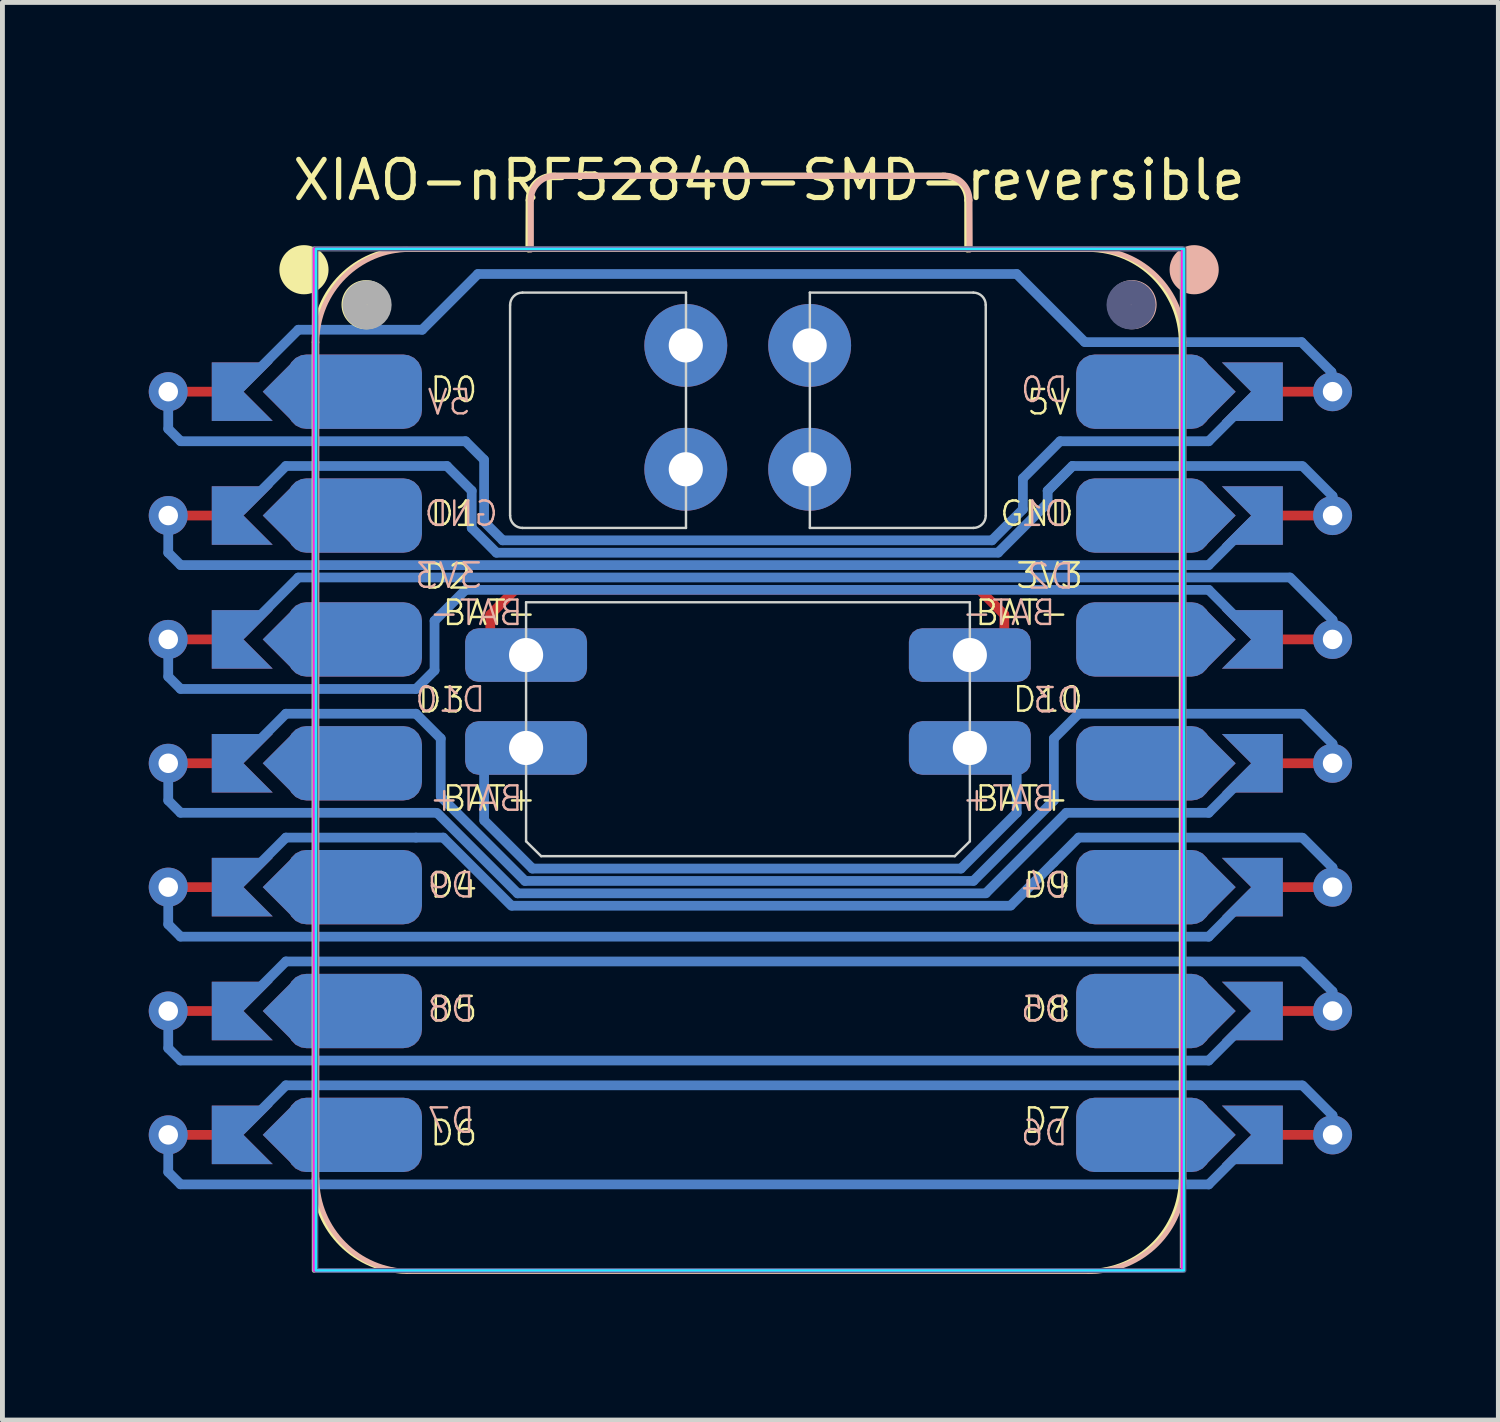
<source format=kicad_pcb>
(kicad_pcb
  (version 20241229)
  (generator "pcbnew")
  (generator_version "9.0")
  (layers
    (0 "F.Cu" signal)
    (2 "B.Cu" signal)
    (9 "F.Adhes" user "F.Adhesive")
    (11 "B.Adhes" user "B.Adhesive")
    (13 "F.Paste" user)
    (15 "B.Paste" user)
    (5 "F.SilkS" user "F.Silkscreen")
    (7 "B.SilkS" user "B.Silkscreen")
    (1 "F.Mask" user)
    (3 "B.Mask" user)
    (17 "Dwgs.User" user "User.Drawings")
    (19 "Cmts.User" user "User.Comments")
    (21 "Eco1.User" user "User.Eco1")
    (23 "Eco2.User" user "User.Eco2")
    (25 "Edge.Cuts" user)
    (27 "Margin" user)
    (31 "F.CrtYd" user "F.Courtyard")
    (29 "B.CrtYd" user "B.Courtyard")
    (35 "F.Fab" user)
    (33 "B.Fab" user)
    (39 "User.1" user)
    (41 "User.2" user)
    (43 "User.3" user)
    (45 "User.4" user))
  (footprint "XIAO-nRF52840-SMD-reversible"
    (layer "F.Cu")
    (at 12.288 12.602)
    (property "Reference" "XIAO-nRF52840-SMD-reversible" (at -9.395 -11.5 0) (layer "F.SilkS") (effects (font (size 0.782 0.782) (thickness 0.107)) (justify left bottom)))
    (fp_line (start -11.825 -7.62) (end -10.681 -7.62) (stroke (width 0.2) (type default)) (layer "F.Cu"))
    (fp_line (start -11.825 -5.08) (end -10.681 -5.08) (stroke (width 0.2) (type default)) (layer "F.Cu"))
    (fp_line (start -11.825 -2.54) (end -10.681 -2.54) (stroke (width 0.2) (type default)) (layer "F.Cu"))
    (fp_line (start -11.825 0) (end -10.681 0) (stroke (width 0.2) (type default)) (layer "F.Cu"))
    (fp_line (start -11.825 2.54) (end -10.681 2.54) (stroke (width 0.2) (type default)) (layer "F.Cu"))
    (fp_line (start -11.825 5.08) (end -10.681 5.08) (stroke (width 0.2) (type default)) (layer "F.Cu"))
    (fp_line (start -11.825 7.62) (end -10.681 7.62) (stroke (width 0.2) (type default)) (layer "F.Cu"))
    (fp_line (start -5.284 -3.048) (end -4.776 -3.556) (stroke (width 0.2) (type default)) (layer "F.Cu"))
    (fp_line (start -5.284 -2.667) (end -5.284 -3.048) (stroke (width 0.2) (type default)) (layer "F.Cu"))
    (fp_line (start 4.749 -3.556) (end -4.776 -3.556) (stroke (width 0.2) (type default)) (layer "F.Cu"))
    (fp_line (start 5.257 -3.048) (end 4.749 -3.556) (stroke (width 0.2) (type default)) (layer "F.Cu"))
    (fp_line (start 5.257 -2.54) (end 5.257 -3.048) (stroke (width 0.2) (type default)) (layer "F.Cu"))
    (fp_line (start 11.607 -7.62) (end 10.845 -7.62) (stroke (width 0.2) (type default)) (layer "F.Cu"))
    (fp_line (start 11.607 -5.08) (end 10.718 -5.08) (stroke (width 0.2) (type default)) (layer "F.Cu"))
    (fp_line (start 11.607 -2.54) (end 10.718 -2.54) (stroke (width 0.2) (type default)) (layer "F.Cu"))
    (fp_line (start 11.607 0) (end 10.718 0) (stroke (width 0.2) (type default)) (layer "F.Cu"))
    (fp_line (start 11.607 2.54) (end 10.718 2.54) (stroke (width 0.2) (type default)) (layer "F.Cu"))
    (fp_line (start 11.607 5.08) (end 10.718 5.08) (stroke (width 0.2) (type default)) (layer "F.Cu"))
    (fp_line (start 11.607 7.62) (end 10.718 7.62) (stroke (width 0.2) (type default)) (layer "F.Cu"))
    (fp_line (start -11.888 -7.62) (end -11.888 -6.858) (stroke (width 0.2) (type default)) (layer "B.Cu"))
    (fp_line (start -11.888 -6.858) (end -11.64 -6.61) (stroke (width 0.2) (type default)) (layer "B.Cu"))
    (fp_line (start -11.888 -5.08) (end -11.888 -4.318) (stroke (width 0.2) (type default)) (layer "B.Cu"))
    (fp_line (start -11.888 -4.318) (end -11.637 -4.067) (stroke (width 0.2) (type default)) (layer "B.Cu"))
    (fp_line (start -11.888 -2.54) (end -11.888 -1.778) (stroke (width 0.2) (type default)) (layer "B.Cu"))
    (fp_line (start -11.888 -1.778) (end -11.637 -1.527) (stroke (width 0.2) (type default)) (layer "B.Cu"))
    (fp_line (start -11.888 0) (end -11.888 0.762) (stroke (width 0.2) (type default)) (layer "B.Cu"))
    (fp_line (start -11.888 0.762) (end -11.637 1.013) (stroke (width 0.2) (type default)) (layer "B.Cu"))
    (fp_line (start -11.888 2.54) (end -11.888 3.302) (stroke (width 0.2) (type default)) (layer "B.Cu"))
    (fp_line (start -11.888 3.302) (end -11.637 3.553) (stroke (width 0.2) (type default)) (layer "B.Cu"))
    (fp_line (start -11.888 5.08) (end -11.888 5.842) (stroke (width 0.2) (type default)) (layer "B.Cu"))
    (fp_line (start -11.888 5.842) (end -11.637 6.093) (stroke (width 0.2) (type default)) (layer "B.Cu"))
    (fp_line (start -11.888 7.62) (end -11.888 8.382) (stroke (width 0.2) (type default)) (layer "B.Cu"))
    (fp_line (start -11.888 8.382) (end -11.637 8.633) (stroke (width 0.2) (type default)) (layer "B.Cu"))
    (fp_line (start -10.491 -7.62) (end -9.221 -8.89) (stroke (width 0.2) (type default)) (layer "B.Cu"))
    (fp_line (start -10.364 -5.207) (end -9.475 -6.096) (stroke (width 0.2) (type default)) (layer "B.Cu"))
    (fp_line (start -10.364 -2.667) (end -9.225 -3.806) (stroke (width 0.2) (type default)) (layer "B.Cu"))
    (fp_line (start -10.364 -0.127) (end -9.475 -1.016) (stroke (width 0.2) (type default)) (layer "B.Cu"))
    (fp_line (start -10.364 2.413) (end -9.475 1.524) (stroke (width 0.2) (type default)) (layer "B.Cu"))
    (fp_line (start -10.364 4.953) (end -9.475 4.064) (stroke (width 0.2) (type default)) (layer "B.Cu"))
    (fp_line (start -10.364 7.493) (end -9.475 6.604) (stroke (width 0.2) (type default)) (layer "B.Cu"))
    (fp_line (start -9.475 4.064) (end 11.353 4.064) (stroke (width 0.2) (type default)) (layer "B.Cu"))
    (fp_line (start -9.475 6.604) (end 11.353 6.604) (stroke (width 0.2) (type default)) (layer "B.Cu"))
    (fp_line (start -9.221 -8.89) (end -6.681 -8.89) (stroke (width 0.2) (type default)) (layer "B.Cu"))
    (fp_line (start -9.221 -3.81) (end 11.099 -3.81) (stroke (width 0.2) (type default)) (layer "B.Cu"))
    (fp_line (start -6.808 -1.524) (end -11.634 -1.524) (stroke (width 0.2) (type default)) (layer "B.Cu"))
    (fp_line (start -6.808 -1.016) (end -9.475 -1.016) (stroke (width 0.2) (type default)) (layer "B.Cu"))
    (fp_line (start -6.808 1.524) (end -9.475 1.524) (stroke (width 0.2) (type default)) (layer "B.Cu"))
    (fp_line (start -6.808 1.524) (end -6.248 1.524) (stroke (width 0.2) (type default)) (layer "B.Cu"))
    (fp_line (start -6.681 -8.89) (end -5.538 -10.033) (stroke (width 0.2) (type default)) (layer "B.Cu"))
    (fp_line (start -6.427 -2.921) (end -6.427 -1.905) (stroke (width 0.2) (type default)) (layer "B.Cu"))
    (fp_line (start -6.427 -2.921) (end -5.792 -3.556) (stroke (width 0.2) (type default)) (layer "B.Cu"))
    (fp_line (start -6.427 -1.905) (end -6.808 -1.524) (stroke (width 0.2) (type default)) (layer "B.Cu"))
    (fp_line (start -6.401 1.016) (end -11.634 1.016) (stroke (width 0.2) (type default)) (layer "B.Cu"))
    (fp_line (start -6.3 -0.508) (end -6.808 -1.016) (stroke (width 0.2) (type default)) (layer "B.Cu"))
    (fp_line (start -6.3 0.66) (end -6.3 -0.508) (stroke (width 0.2) (type default)) (layer "B.Cu"))
    (fp_line (start -6.173 -6.096) (end -9.475 -6.096) (stroke (width 0.2) (type default)) (layer "B.Cu"))
    (fp_line (start -5.792 -6.604) (end -11.634 -6.604) (stroke (width 0.2) (type default)) (layer "B.Cu"))
    (fp_line (start -5.792 -6.604) (end -5.415 -6.227) (stroke (width 0.2) (type default)) (layer "B.Cu"))
    (fp_line (start -5.792 -3.556) (end 9.448 -3.556) (stroke (width 0.2) (type default)) (layer "B.Cu"))
    (fp_line (start -5.665 -5.588) (end -6.173 -6.096) (stroke (width 0.2) (type default)) (layer "B.Cu"))
    (fp_line (start -5.665 -4.826) (end -5.665 -5.588) (stroke (width 0.2) (type default)) (layer "B.Cu"))
    (fp_line (start -5.538 -10.033) (end 5.511 -10.033) (stroke (width 0.2) (type default)) (layer "B.Cu"))
    (fp_line (start -5.411 -6.223) (end -5.411 -4.953) (stroke (width 0.2) (type default)) (layer "B.Cu"))
    (fp_line (start -5.411 1.168) (end -5.411 -0.356) (stroke (width 0.2) (type default)) (layer "B.Cu"))
    (fp_line (start -5.157 -4.318) (end -5.665 -4.826) (stroke (width 0.2) (type default)) (layer "B.Cu"))
    (fp_line (start -5.03 -4.572) (end -5.402 -4.944) (stroke (width 0.2) (type default)) (layer "B.Cu"))
    (fp_line (start -4.85 2.922) (end -6.248 1.524) (stroke (width 0.2) (type default)) (layer "B.Cu"))
    (fp_line (start -4.724 2.667) (end -6.373 1.018) (stroke (width 0.2) (type default)) (layer "B.Cu"))
    (fp_line (start -4.572 2.413) (end -6.3 0.685) (stroke (width 0.2) (type default)) (layer "B.Cu"))
    (fp_line (start -4.42 2.159) (end -5.404 1.175) (stroke (width 0.2) (type default)) (layer "B.Cu"))
    (fp_line (start 4.368 2.159) (end -4.42 2.159) (stroke (width 0.2) (type default)) (layer "B.Cu"))
    (fp_line (start 4.368 2.159) (end 5.511 1.016) (stroke (width 0.2) (type default)) (layer "B.Cu"))
    (fp_line (start 4.622 2.413) (end -4.572 2.413) (stroke (width 0.2) (type default)) (layer "B.Cu"))
    (fp_line (start 4.876 2.667) (end -4.724 2.667) (stroke (width 0.2) (type default)) (layer "B.Cu"))
    (fp_line (start 5.003 -4.572) (end -5.03 -4.572) (stroke (width 0.2) (type default)) (layer "B.Cu"))
    (fp_line (start 5.13 -4.318) (end -5.157 -4.318) (stroke (width 0.2) (type default)) (layer "B.Cu"))
    (fp_line (start 5.384 2.921) (end -4.826 2.921) (stroke (width 0.2) (type default)) (layer "B.Cu"))
    (fp_line (start 5.511 -10.033) (end 6.899 -8.645) (stroke (width 0.2) (type default)) (layer "B.Cu"))
    (fp_line (start 5.511 1.016) (end 5.511 -0.314) (stroke (width 0.2) (type default)) (layer "B.Cu"))
    (fp_line (start 5.638 -5.842) (end 5.638 -5.209) (stroke (width 0.2) (type default)) (layer "B.Cu"))
    (fp_line (start 5.64 -5.209) (end 5.003 -4.572) (stroke (width 0.2) (type default)) (layer "B.Cu"))
    (fp_line (start 6.142 -5.333) (end 5.133 -4.323) (stroke (width 0.2) (type default)) (layer "B.Cu"))
    (fp_line (start 6.146 -5.588) (end 6.146 -5.334) (stroke (width 0.2) (type default)) (layer "B.Cu"))
    (fp_line (start 6.146 -5.588) (end 6.654 -6.096) (stroke (width 0.2) (type default)) (layer "B.Cu"))
    (fp_line (start 6.273 -0.508) (end 6.273 0.762) (stroke (width 0.2) (type default)) (layer "B.Cu"))
    (fp_line (start 6.273 -0.508) (end 6.781 -1.016) (stroke (width 0.2) (type default)) (layer "B.Cu"))
    (fp_line (start 6.273 0.762) (end 4.625 2.41) (stroke (width 0.2) (type default)) (layer "B.Cu"))
    (fp_line (start 6.273 2.032) (end 5.394 2.911) (stroke (width 0.2) (type default)) (layer "B.Cu"))
    (fp_line (start 6.273 2.032) (end 6.781 1.524) (stroke (width 0.2) (type default)) (layer "B.Cu"))
    (fp_line (start 6.4 -6.604) (end 5.638 -5.842) (stroke (width 0.2) (type default)) (layer "B.Cu"))
    (fp_line (start 6.527 1.016) (end 4.883 2.66) (stroke (width 0.2) (type default)) (layer "B.Cu"))
    (fp_line (start 6.654 -6.096) (end 6.146 -5.588) (stroke (width 0.2) (type default)) (layer "B.Cu"))
    (fp_line (start 6.654 -6.096) (end 11.353 -6.096) (stroke (width 0.2) (type default)) (layer "B.Cu"))
    (fp_line (start 6.781 -1.016) (end 11.353 -1.016) (stroke (width 0.2) (type default)) (layer "B.Cu"))
    (fp_line (start 6.781 1.524) (end 11.353 1.524) (stroke (width 0.2) (type default)) (layer "B.Cu"))
    (fp_line (start 9.448 -6.604) (end 6.4 -6.604) (stroke (width 0.2) (type default)) (layer "B.Cu"))
    (fp_line (start 9.448 -4.064) (end -11.634 -4.064) (stroke (width 0.2) (type default)) (layer "B.Cu"))
    (fp_line (start 9.448 1.016) (end 6.527 1.016) (stroke (width 0.2) (type default)) (layer "B.Cu"))
    (fp_line (start 9.448 3.556) (end -11.634 3.556) (stroke (width 0.2) (type default)) (layer "B.Cu"))
    (fp_line (start 9.448 6.096) (end -11.634 6.096) (stroke (width 0.2) (type default)) (layer "B.Cu"))
    (fp_line (start 9.448 8.636) (end -11.634 8.636) (stroke (width 0.2) (type default)) (layer "B.Cu"))
    (fp_line (start 10.337 -4.953) (end 9.448 -4.064) (stroke (width 0.2) (type default)) (layer "B.Cu"))
    (fp_line (start 10.337 0.127) (end 9.448 1.016) (stroke (width 0.2) (type default)) (layer "B.Cu"))
    (fp_line (start 10.337 2.667) (end 9.448 3.556) (stroke (width 0.2) (type default)) (layer "B.Cu"))
    (fp_line (start 10.337 5.207) (end 9.448 6.096) (stroke (width 0.2) (type default)) (layer "B.Cu"))
    (fp_line (start 10.337 7.747) (end 9.448 8.636) (stroke (width 0.2) (type default)) (layer "B.Cu"))
    (fp_line (start 10.464 -7.62) (end 9.448 -6.604) (stroke (width 0.2) (type default)) (layer "B.Cu"))
    (fp_line (start 10.464 -2.54) (end 9.448 -3.556) (stroke (width 0.2) (type default)) (layer "B.Cu"))
    (fp_line (start 11.353 -8.636) (end 6.908 -8.636) (stroke (width 0.2) (type default)) (layer "B.Cu"))
    (fp_line (start 11.966 -8.023) (end 11.353 -8.636) (stroke (width 0.2) (type default)) (layer "B.Cu"))
    (fp_line (start 11.966 -8.001) (end 11.966 -8.023) (stroke (width 0.2) (type default)) (layer "B.Cu"))
    (fp_line (start 11.988 -5.48) (end 11.375 -6.093) (stroke (width 0.2) (type default)) (layer "B.Cu"))
    (fp_line (start 11.988 -5.08) (end 11.988 -5.48) (stroke (width 0.2) (type default)) (layer "B.Cu"))
    (fp_line (start 11.988 -2.94) (end 11.118 -3.81) (stroke (width 0.2) (type default)) (layer "B.Cu"))
    (fp_line (start 11.988 -2.54) (end 11.988 -2.94) (stroke (width 0.2) (type default)) (layer "B.Cu"))
    (fp_line (start 11.988 -0.4) (end 11.375 -1.013) (stroke (width 0.2) (type default)) (layer "B.Cu"))
    (fp_line (start 11.988 -0.4) (end 11.988 0) (stroke (width 0.2) (type default)) (layer "B.Cu"))
    (fp_line (start 11.988 2.14) (end 11.375 1.527) (stroke (width 0.2) (type default)) (layer "B.Cu"))
    (fp_line (start 11.988 2.159) (end 11.988 2.14) (stroke (width 0.2) (type default)) (layer "B.Cu"))
    (fp_line (start 11.988 4.68) (end 11.375 4.067) (stroke (width 0.2) (type default)) (layer "B.Cu"))
    (fp_line (start 11.988 4.699) (end 11.988 4.68) (stroke (width 0.2) (type default)) (layer "B.Cu"))
    (fp_line (start 11.988 7.22) (end 11.375 6.607) (stroke (width 0.2) (type default)) (layer "B.Cu"))
    (fp_line (start 11.988 7.239) (end 11.988 7.22) (stroke (width 0.2) (type default)) (layer "B.Cu"))
    (fp_line (start -8.895 8.513) (end -8.895 -8.632) (stroke (width 0.1) (type solid)) (layer "F.SilkS"))
    (fp_line (start -6.99 10.418) (end 6.98 10.418) (stroke (width 0.1) (type solid)) (layer "F.SilkS"))
    (fp_line (start -4.5 -10.537) (end -4.496 -11.547) (stroke (width 0.127) (type solid)) (layer "F.SilkS"))
    (fp_line (start -3.996 -12.047) (end 3.999 -12.047) (stroke (width 0.127) (type solid)) (layer "F.SilkS"))
    (fp_line (start 4.499 -11.547) (end 4.499 -10.537) (stroke (width 0.127) (type solid)) (layer "F.SilkS"))
    (fp_line (start 6.98 -10.537) (end -6.99 -10.537) (stroke (width 0.1) (type solid)) (layer "F.SilkS"))
    (fp_line (start 8.885 8.513) (end 8.885 -8.632) (stroke (width 0.1) (type solid)) (layer "F.SilkS"))
    (fp_arc (start -8.895 -8.636) (mid -8.337038 -9.983038) (end -6.99 -10.541) (stroke (width 0.1) (type solid)) (layer "F.SilkS"))
    (fp_arc (start -6.99 10.418) (mid -8.337038 9.860038) (end -8.895 8.513) (stroke (width 0.1) (type solid)) (layer "F.SilkS"))
    (fp_arc (start -4.496272 -11.547272) (mid -4.349724 -11.900644) (end -3.996272 -12.047) (stroke (width 0.127) (type default)) (layer "F.SilkS"))
    (fp_arc (start 3.999 -12.047) (mid 4.352524 -11.900524) (end 4.499 -11.547) (stroke (width 0.127) (type default)) (layer "F.SilkS"))
    (fp_arc (start 6.98 -10.537) (mid 8.327024 -9.979024) (end 8.885 -8.632) (stroke (width 0.1) (type solid)) (layer "F.SilkS"))
    (fp_arc (start 8.885 8.513) (mid 8.327038 9.860038) (end 6.98 10.418) (stroke (width 0.1) (type solid)) (layer "F.SilkS"))
    (fp_circle (center -9.105 -10.121) (end -9.105 -10.375) (stroke (width 0.5) (type solid)) (fill yes) (layer "F.SilkS"))
    (fp_circle (center -7.831 -9.404) (end -7.831 -9.658) (stroke (width 0.5) (type solid)) (fill yes) (layer "F.SilkS"))
    (fp_line (start -8.84 8.513) (end -8.84 -8.632) (stroke (width 0.1) (type solid)) (layer "B.SilkS"))
    (fp_line (start -6.935 -10.537) (end 7.035 -10.537) (stroke (width 0.1) (type solid)) (layer "B.SilkS"))
    (fp_line (start -4.454 -11.547) (end -4.454 -10.537) (stroke (width 0.127) (type solid)) (layer "B.SilkS"))
    (fp_line (start 4.041 -12.047) (end -3.954 -12.047) (stroke (width 0.127) (type solid)) (layer "B.SilkS"))
    (fp_line (start 4.545 -10.537) (end 4.541 -11.547) (stroke (width 0.127) (type solid)) (layer "B.SilkS"))
    (fp_line (start 7.035 10.418) (end -6.935 10.418) (stroke (width 0.1) (type solid)) (layer "B.SilkS"))
    (fp_line (start 8.94 8.513) (end 8.94 -8.632) (stroke (width 0.1) (type solid)) (layer "B.SilkS"))
    (fp_arc (start -8.84 -8.632) (mid -8.282024 -9.979024) (end -6.935 -10.537) (stroke (width 0.1) (type solid)) (layer "B.SilkS"))
    (fp_arc (start -6.935 10.418) (mid -8.282038 9.860038) (end -8.84 8.513) (stroke (width 0.1) (type solid)) (layer "B.SilkS"))
    (fp_arc (start -4.454 -11.547) (mid -4.307524 -11.900524) (end -3.954 -12.047) (stroke (width 0.127) (type default)) (layer "B.SilkS"))
    (fp_arc (start 4.041272 -12.047) (mid 4.394722 -11.900643) (end 4.541272 -11.547272) (stroke (width 0.127) (type default)) (layer "B.SilkS"))
    (fp_arc (start 7.035 -10.541) (mid 8.382038 -9.983038) (end 8.94 -8.636) (stroke (width 0.1) (type solid)) (layer "B.SilkS"))
    (fp_arc (start 8.94 8.513) (mid 8.382038 9.860038) (end 7.035 10.418) (stroke (width 0.1) (type solid)) (layer "B.SilkS"))
    (fp_circle (center 7.876 -9.404) (end 7.876 -9.658) (stroke (width 0.5) (type solid)) (fill yes) (layer "B.SilkS"))
    (fp_circle (center 9.15 -10.121) (end 9.15 -10.375) (stroke (width 0.5) (type solid)) (fill yes) (layer "B.SilkS"))
    (fp_line (start -4.878 -9.398) (end -4.878 -5.08) (stroke (width 0.05) (type default)) (layer "Edge.Cuts"))
    (fp_line (start -4.55 -3.302) (end -4.55 1.6) (stroke (width 0.05) (type default)) (layer "Edge.Cuts"))
    (fp_line (start -4.241 1.905) (end -4.55 1.6) (stroke (width 0.05) (type default)) (layer "Edge.Cuts"))
    (fp_line (start -4.241 1.905) (end 4.241 1.905) (stroke (width 0.05) (type default)) (layer "Edge.Cuts"))
    (fp_line (start -1.271 -9.652) (end -4.624 -9.652) (stroke (width 0.05) (type default)) (layer "Edge.Cuts"))
    (fp_line (start -1.271 -9.652) (end -1.271 -4.826) (stroke (width 0.05) (type default)) (layer "Edge.Cuts"))
    (fp_line (start -1.271 -4.826) (end -4.624 -4.826) (stroke (width 0.05) (type default)) (layer "Edge.Cuts"))
    (fp_line (start 1.269 -9.652) (end 1.269 -4.826) (stroke (width 0.05) (type default)) (layer "Edge.Cuts"))
    (fp_line (start 1.269 -9.652) (end 4.622 -9.652) (stroke (width 0.05) (type default)) (layer "Edge.Cuts"))
    (fp_line (start 1.269 -4.826) (end 4.622 -4.826) (stroke (width 0.05) (type default)) (layer "Edge.Cuts"))
    (fp_line (start 4.241 1.905) (end 4.55 1.6) (stroke (width 0.05) (type default)) (layer "Edge.Cuts"))
    (fp_line (start 4.55 -3.302) (end -4.55 -3.302) (stroke (width 0.05) (type default)) (layer "Edge.Cuts"))
    (fp_line (start 4.55 -3.302) (end 4.55 1.6) (stroke (width 0.05) (type default)) (layer "Edge.Cuts"))
    (fp_line (start 4.876 -9.398) (end 4.876 -5.08) (stroke (width 0.05) (type default)) (layer "Edge.Cuts"))
    (fp_arc (start -4.8776 -9.398) (mid -4.803205 -9.577605) (end -4.6236 -9.652) (stroke (width 0.05) (type default)) (layer "Edge.Cuts"))
    (fp_arc (start -4.6236 -4.826) (mid -4.803205 -4.900395) (end -4.8776 -5.08) (stroke (width 0.05) (type default)) (layer "Edge.Cuts"))
    (fp_arc (start 4.622 -9.652) (mid 4.801605 -9.577605) (end 4.876 -9.398) (stroke (width 0.05) (type default)) (layer "Edge.Cuts"))
    (fp_arc (start 4.876 -5.08) (mid 4.801605 -4.900395) (end 4.622 -4.826) (stroke (width 0.05) (type default)) (layer "Edge.Cuts"))
    (fp_rect (start -8.86 -10.55) (end 8.94 10.4) (stroke (width 0.05) (type default)) (fill no) (layer "B.CrtYd"))
    (fp_rect (start -8.895 -10.55) (end 8.905 10.4) (stroke (width 0.05) (type default)) (fill no) (layer "F.CrtYd"))
    (fp_rect (start -8.86 -10.55) (end 8.94 10.4) (stroke (width 0.1) (type default)) (fill no) (layer "B.Fab"))
    (fp_circle (center 7.856 -9.4) (end 7.856 -9.654) (stroke (width 0.5) (type solid)) (fill no) (layer "B.Fab"))
    (fp_rect (start -8.895 -10.55) (end 8.905 10.4) (stroke (width 0.1) (type default)) (fill no) (layer "F.Fab"))
    (fp_circle (center -7.811 -9.4) (end -7.811 -9.654) (stroke (width 0.5) (type solid)) (fill no) (layer "F.Fab"))
    (fp_text user "D3" (at -6.808 -1 0) (unlocked yes) (layer "F.SilkS") (effects (font (size 0.5 0.5) (thickness 0.05)) (justify left bottom)))
    (fp_text user "5V" (at 6.654 -7.112 0) (unlocked yes) (layer "F.SilkS") (effects (font (size 0.5 0.5) (thickness 0.05)) (justify right bottom)))
    (fp_text user "D6" (at -6.554 7.874 0) (unlocked yes) (layer "F.SilkS") (effects (font (size 0.5 0.5) (thickness 0.05)) (justify left bottom)))
    (fp_text user "D2" (at -6.685 -3.54 0) (unlocked yes) (layer "F.SilkS") (effects (font (size 0.5 0.5) (thickness 0.05)) (justify left bottom)))
    (fp_text user "D9" (at 6.654 2.794 0) (unlocked yes) (layer "F.SilkS") (effects (font (size 0.5 0.5) (thickness 0.05)) (justify right bottom)))
    (fp_text user "D7" (at 6.654 7.62 0) (unlocked yes) (layer "F.SilkS") (effects (font (size 0.5 0.5) (thickness 0.05)) (justify right bottom)))
    (fp_text user "D0" (at -6.554 -7.366 0) (unlocked yes) (layer "F.SilkS") (effects (font (size 0.5 0.5) (thickness 0.05)) (justify left bottom)))
    (fp_text user "BAT-" (at 4.622 -2.794 0) (unlocked yes) (layer "F.SilkS") (effects (font (size 0.5 0.5) (thickness 0.05)) (justify left bottom)))
    (fp_text user "BAT+" (at 4.622 1.016 0) (unlocked yes) (layer "F.SilkS") (effects (font (size 0.5 0.5) (thickness 0.05)) (justify left bottom)))
    (fp_text user "D8" (at 6.654 5.334 0) (unlocked yes) (layer "F.SilkS") (effects (font (size 0.5 0.5) (thickness 0.05)) (justify right bottom)))
    (fp_text user "D1" (at -6.554 -4.826 0) (unlocked yes) (layer "F.SilkS") (effects (font (size 0.5 0.5) (thickness 0.05)) (justify left bottom)))
    (fp_text user "D5" (at -6.554 5.334 0) (unlocked yes) (layer "F.SilkS") (effects (font (size 0.5 0.5) (thickness 0.05)) (justify left bottom)))
    (fp_text user "D4" (at -6.554 2.794 0) (unlocked yes) (layer "F.SilkS") (effects (font (size 0.5 0.5) (thickness 0.05)) (justify left bottom)))
    (fp_text user "BAT+" (at -6.3 1.016 0) (unlocked yes) (layer "F.SilkS") (effects (font (size 0.5 0.5) (thickness 0.05)) (justify left bottom)))
    (fp_text user "GND" (at 5.13 -4.826 0) (unlocked yes) (layer "F.SilkS") (effects (font (size 0.5 0.5) (thickness 0.05)) (justify left bottom)))
    (fp_text user "BAT-" (at -6.3 -2.794 0) (unlocked yes) (layer "F.SilkS") (effects (font (size 0.5 0.5) (thickness 0.05)) (justify left bottom)))
    (fp_text user "D10" (at 6.908 -1.016 0) (unlocked yes) (layer "F.SilkS") (effects (font (size 0.5 0.5) (thickness 0.05)) (justify right bottom)))
    (fp_text user "3V3" (at 6.908 -3.556 0) (unlocked yes) (layer "F.SilkS") (effects (font (size 0.5 0.5) (thickness 0.05)) (justify right bottom)))
    (fp_text user "3V3" (at -6.863 -3.556 0) (unlocked yes) (layer "B.SilkS") (effects (font (size 0.5 0.5) (thickness 0.05)) (justify right bottom mirror)))
    (fp_text user "D9" (at -6.609 2.794 0) (unlocked yes) (layer "B.SilkS") (effects (font (size 0.5 0.5) (thickness 0.05)) (justify right bottom mirror)))
    (fp_text user "D1" (at 6.599 -4.826 0) (unlocked yes) (layer "B.SilkS") (effects (font (size 0.5 0.5) (thickness 0.05)) (justify left bottom mirror)))
    (fp_text user "GND" (at -5.085 -4.826 0) (unlocked yes) (layer "B.SilkS") (effects (font (size 0.5 0.5) (thickness 0.05)) (justify left bottom mirror)))
    (fp_text user "BAT-" (at -4.577 -2.794 0) (unlocked yes) (layer "B.SilkS") (effects (font (size 0.5 0.5) (thickness 0.05)) (justify left bottom mirror)))
    (fp_text user "D7" (at -6.609 7.62 0) (unlocked yes) (layer "B.SilkS") (effects (font (size 0.5 0.5) (thickness 0.05)) (justify right bottom mirror)))
    (fp_text user "BAT+" (at 6.345 1.016 0) (unlocked yes) (layer "B.SilkS") (effects (font (size 0.5 0.5) (thickness 0.05)) (justify left bottom mirror)))
    (fp_text user "D5" (at 6.599 5.334 0) (unlocked yes) (layer "B.SilkS") (effects (font (size 0.5 0.5) (thickness 0.05)) (justify left bottom mirror)))
    (fp_text user "D4" (at 6.599 2.794 0) (unlocked yes) (layer "B.SilkS") (effects (font (size 0.5 0.5) (thickness 0.05)) (justify left bottom mirror)))
    (fp_text user "5V" (at -6.609 -7.112 0) (unlocked yes) (layer "B.SilkS") (effects (font (size 0.5 0.5) (thickness 0.05)) (justify right bottom mirror)))
    (fp_text user "D10" (at -6.863 -1.016 0) (unlocked yes) (layer "B.SilkS") (effects (font (size 0.5 0.5) (thickness 0.05)) (justify right bottom mirror)))
    (fp_text user "D2" (at 6.73 -3.54 0) (unlocked yes) (layer "B.SilkS") (effects (font (size 0.5 0.5) (thickness 0.05)) (justify left bottom mirror)))
    (fp_text user "D8" (at -6.609 5.334 0) (unlocked yes) (layer "B.SilkS") (effects (font (size 0.5 0.5) (thickness 0.05)) (justify right bottom mirror)))
    (fp_text user "BAT+" (at -4.577 1.016 0) (unlocked yes) (layer "B.SilkS") (effects (font (size 0.5 0.5) (thickness 0.05)) (justify left bottom mirror)))
    (fp_text user "D0" (at 6.599 -7.366 0) (unlocked yes) (layer "B.SilkS") (effects (font (size 0.5 0.5) (thickness 0.05)) (justify left bottom mirror)))
    (fp_text user "D3" (at 6.853 -1 0) (unlocked yes) (layer "B.SilkS") (effects (font (size 0.5 0.5) (thickness 0.05)) (justify left bottom mirror)))
    (fp_text user "BAT-" (at 6.345 -2.794 0) (unlocked yes) (layer "B.SilkS") (effects (font (size 0.5 0.5) (thickness 0.05)) (justify left bottom mirror)))
    (fp_text user "D6" (at 6.599 7.874 0) (unlocked yes) (layer "B.SilkS") (effects (font (size 0.5 0.5) (thickness 0.05)) (justify left bottom mirror)))
    (pad "" smd custom (at -9.55 -7.62 270) (size 0.1 0.1) (layers "F.Cu" "F.Mask" "F.Paste") (options (anchor rect)) (primitives (gr_poly (pts (xy -0.6 -0.4) (xy 0.6 -0.4) (xy 0.6 -0.2) (xy 0 0.4) (xy -0.6 -0.2)) (width 0) (fill yes))))
    (pad "" smd custom (at -9.55 -7.62 270) (size 0.1 0.1) (layers "B.Cu" "B.Mask" "B.Paste") (options (anchor rect)) (primitives (gr_poly (pts (xy -0.6 -0.4) (xy 0.6 -0.4) (xy 0.6 -0.2) (xy 0 0.4) (xy -0.6 -0.2)) (width 0) (fill yes))))
    (pad "" smd custom (at -9.55 -5.08 270) (size 0.1 0.1) (layers "F.Cu" "F.Mask" "F.Paste") (options (anchor rect)) (primitives (gr_poly (pts (xy -0.6 -0.4) (xy 0.6 -0.4) (xy 0.6 -0.2) (xy 0 0.4) (xy -0.6 -0.2)) (width 0) (fill yes))))
    (pad "" smd custom (at -9.55 -5.08 270) (size 0.1 0.1) (layers "B.Cu" "B.Mask" "B.Paste") (options (anchor rect)) (primitives (gr_poly (pts (xy -0.6 -0.4) (xy 0.6 -0.4) (xy 0.6 -0.2) (xy 0 0.4) (xy -0.6 -0.2)) (width 0) (fill yes))))
    (pad "" smd custom (at -9.55 -2.54 270) (size 0.1 0.1) (layers "F.Cu" "F.Mask" "F.Paste") (options (anchor rect)) (primitives (gr_poly (pts (xy -0.6 -0.4) (xy 0.6 -0.4) (xy 0.6 -0.2) (xy 0 0.4) (xy -0.6 -0.2)) (width 0) (fill yes))))
    (pad "" smd custom (at -9.55 -2.54 270) (size 0.1 0.1) (layers "B.Cu" "B.Mask" "B.Paste") (options (anchor rect)) (primitives (gr_poly (pts (xy -0.6 -0.4) (xy 0.6 -0.4) (xy 0.6 -0.2) (xy 0 0.4) (xy -0.6 -0.2)) (width 0) (fill yes))))
    (pad "" smd custom (at -9.55 0 270) (size 0.1 0.1) (layers "F.Cu" "F.Mask" "F.Paste") (options (anchor rect)) (primitives (gr_poly (pts (xy -0.6 -0.4) (xy 0.6 -0.4) (xy 0.6 -0.2) (xy 0 0.4) (xy -0.6 -0.2)) (width 0) (fill yes))))
    (pad "" smd custom (at -9.55 0 270) (size 0.1 0.1) (layers "B.Cu" "B.Mask" "B.Paste") (options (anchor rect)) (primitives (gr_poly (pts (xy -0.6 -0.4) (xy 0.6 -0.4) (xy 0.6 -0.2) (xy 0 0.4) (xy -0.6 -0.2)) (width 0) (fill yes))))
    (pad "" smd custom (at -9.55 2.54 270) (size 0.1 0.1) (layers "F.Cu" "F.Mask" "F.Paste") (options (anchor rect)) (primitives (gr_poly (pts (xy -0.6 -0.4) (xy 0.6 -0.4) (xy 0.6 -0.2) (xy 0 0.4) (xy -0.6 -0.2)) (width 0) (fill yes))))
    (pad "" smd custom (at -9.55 2.54 270) (size 0.1 0.1) (layers "B.Cu" "B.Mask" "B.Paste") (options (anchor rect)) (primitives (gr_poly (pts (xy -0.6 -0.4) (xy 0.6 -0.4) (xy 0.6 -0.2) (xy 0 0.4) (xy -0.6 -0.2)) (width 0) (fill yes))))
    (pad "" smd custom (at -9.55 5.08 270) (size 0.1 0.1) (layers "F.Cu" "F.Mask" "F.Paste") (options (anchor rect)) (primitives (gr_poly (pts (xy -0.6 -0.4) (xy 0.6 -0.4) (xy 0.6 -0.2) (xy 0 0.4) (xy -0.6 -0.2)) (width 0) (fill yes))))
    (pad "" smd custom (at -9.55 5.08 270) (size 0.1 0.1) (layers "B.Cu" "B.Mask" "B.Paste") (options (anchor rect)) (primitives (gr_poly (pts (xy -0.6 -0.4) (xy 0.6 -0.4) (xy 0.6 -0.2) (xy 0 0.4) (xy -0.6 -0.2)) (width 0) (fill yes))))
    (pad "" smd custom (at -9.55 7.62 270) (size 0.1 0.1) (layers "F.Cu" "F.Mask" "F.Paste") (options (anchor rect)) (primitives (gr_poly (pts (xy -0.6 -0.4) (xy 0.6 -0.4) (xy 0.6 -0.2) (xy 0 0.4) (xy -0.6 -0.2)) (width 0) (fill yes))))
    (pad "" smd custom (at -9.55 7.62 270) (size 0.1 0.1) (layers "B.Cu" "B.Mask" "B.Paste") (options (anchor rect)) (primitives (gr_poly (pts (xy -0.6 -0.4) (xy 0.6 -0.4) (xy 0.6 -0.2) (xy 0 0.4) (xy -0.6 -0.2)) (width 0) (fill yes))))
    (pad "" smd roundrect (at -8.06 -7.62) (size 2.75 1.524) (layers "F.Cu" "F.Mask" "F.Paste") (roundrect_rratio 0.25))
    (pad "" smd roundrect (at -8.06 -5.08) (size 2.75 1.524) (layers "B.Cu" "B.Mask" "B.Paste") (roundrect_rratio 0.25))
    (pad "" smd roundrect (at -8.06 -2.54) (size 2.75 1.524) (layers "F.Cu" "F.Mask" "F.Paste") (roundrect_rratio 0.25))
    (pad "" smd roundrect (at -8.06 -2.54) (size 2.75 1.524) (layers "B.Cu" "B.Mask" "B.Paste") (roundrect_rratio 0.25))
    (pad "" smd roundrect (at -8.06 0) (size 2.75 1.524) (layers "F.Cu" "F.Mask" "F.Paste") (roundrect_rratio 0.25))
    (pad "" smd roundrect (at -8.06 0) (size 2.75 1.524) (layers "B.Cu" "B.Mask" "B.Paste") (roundrect_rratio 0.25))
    (pad "" smd roundrect (at -8.06 2.54) (size 2.75 1.524) (layers "F.Cu" "F.Mask" "F.Paste") (roundrect_rratio 0.25))
    (pad "" smd roundrect (at -8.06 2.54) (size 2.75 1.524) (layers "B.Cu" "B.Mask" "B.Paste") (roundrect_rratio 0.25))
    (pad "" smd roundrect (at -8.06 5.08) (size 2.75 1.524) (layers "F.Cu" "F.Mask" "F.Paste") (roundrect_rratio 0.25))
    (pad "" smd roundrect (at -8.06 5.08) (size 2.75 1.524) (layers "B.Cu" "B.Mask" "B.Paste") (roundrect_rratio 0.25))
    (pad "" smd roundrect (at -8.06 7.62) (size 2.75 1.524) (layers "F.Cu" "F.Mask" "F.Paste") (roundrect_rratio 0.25))
    (pad "" smd roundrect (at -8.06 7.62) (size 2.75 1.524) (layers "B.Cu" "B.Mask" "B.Paste") (roundrect_rratio 0.25))
    (pad "" smd roundrect (at -8.06 -7.62) (size 2.75 1.524) (layers "B.Cu" "B.Mask" "B.Paste") (roundrect_rratio 0.25))
    (pad "" smd roundrect (at -8.06 -5.08) (size 2.75 1.524) (layers "F.Cu" "F.Mask" "F.Paste") (roundrect_rratio 0.25))
    (pad "" smd roundrect (at 8.105 -7.62) (size 2.75 1.524) (layers "F.Cu" "F.Mask" "F.Paste") (roundrect_rratio 0.25))
    (pad "" smd roundrect (at 8.105 -7.62) (size 2.75 1.524) (layers "B.Cu" "B.Mask" "B.Paste") (roundrect_rratio 0.25))
    (pad "" smd roundrect (at 8.105 -5.08) (size 2.75 1.524) (layers "F.Cu" "F.Mask" "F.Paste") (roundrect_rratio 0.25))
    (pad "" smd roundrect (at 8.105 -5.08) (size 2.75 1.524) (layers "B.Cu" "B.Mask" "B.Paste") (roundrect_rratio 0.25))
    (pad "" smd roundrect (at 8.105 -2.54) (size 2.75 1.524) (layers "F.Cu" "F.Mask" "F.Paste") (roundrect_rratio 0.25))
    (pad "" smd roundrect (at 8.105 -2.54) (size 2.75 1.524) (layers "B.Cu" "B.Mask" "B.Paste") (roundrect_rratio 0.25))
    (pad "" smd roundrect (at 8.105 0) (size 2.75 1.524) (layers "F.Cu" "F.Mask" "F.Paste") (roundrect_rratio 0.25))
    (pad "" smd roundrect (at 8.105 0) (size 2.75 1.524) (layers "B.Cu" "B.Mask" "B.Paste") (roundrect_rratio 0.25))
    (pad "" smd roundrect (at 8.105 2.54) (size 2.75 1.524) (layers "F.Cu" "F.Mask" "F.Paste") (roundrect_rratio 0.25))
    (pad "" smd roundrect (at 8.105 2.54) (size 2.75 1.524) (layers "B.Cu" "B.Mask" "B.Paste") (roundrect_rratio 0.25))
    (pad "" smd roundrect (at 8.105 5.08) (size 2.75 1.524) (layers "F.Cu" "F.Mask" "F.Paste") (roundrect_rratio 0.25))
    (pad "" smd roundrect (at 8.105 5.08) (size 2.75 1.524) (layers "B.Cu" "B.Mask" "B.Paste") (roundrect_rratio 0.25))
    (pad "" smd roundrect (at 8.105 7.62) (size 2.75 1.524) (layers "F.Cu" "F.Mask" "F.Paste") (roundrect_rratio 0.25))
    (pad "" smd roundrect (at 8.105 7.62) (size 2.75 1.524) (layers "B.Cu" "B.Mask" "B.Paste") (roundrect_rratio 0.25))
    (pad "" smd custom (at 9.601 -7.62 90) (size 0.1 0.1) (layers "F.Cu" "F.Mask" "F.Paste") (options (anchor rect)) (primitives (gr_poly (pts (xy 0.6 -0.4) (xy -0.6 -0.4) (xy -0.6 -0.2) (xy 0 0.4) (xy 0.6 -0.2)) (width 0) (fill yes))))
    (pad "" smd custom (at 9.601 -7.62 90) (size 0.1 0.1) (layers "B.Cu" "B.Mask" "B.Paste") (options (anchor rect)) (primitives (gr_poly (pts (xy 0.6 -0.654) (xy -0.6 -0.654) (xy -0.6 -0.2) (xy 0 0.4) (xy 0.6 -0.2)) (width 0) (fill yes))))
    (pad "" smd custom (at 9.601 -5.08 90) (size 0.1 0.1) (layers "F.Cu" "F.Mask" "F.Paste") (options (anchor rect)) (primitives (gr_poly (pts (xy 0.6 -0.4) (xy -0.6 -0.4) (xy -0.6 -0.2) (xy 0 0.4) (xy 0.6 -0.2)) (width 0) (fill yes))))
    (pad "" smd custom (at 9.601 -5.08 90) (size 0.1 0.1) (layers "B.Cu" "B.Mask" "B.Paste") (options (anchor rect)) (primitives (gr_poly (pts (xy 0.6 -0.4) (xy -0.6 -0.4) (xy -0.6 -0.2) (xy 0 0.4) (xy 0.6 -0.2)) (width 0) (fill yes))))
    (pad "" smd custom (at 9.601 -2.54 90) (size 0.1 0.1) (layers "F.Cu" "F.Mask" "F.Paste") (options (anchor rect)) (primitives (gr_poly (pts (xy 0.6 -0.4) (xy -0.6 -0.4) (xy -0.6 -0.2) (xy 0 0.4) (xy 0.6 -0.2)) (width 0) (fill yes))))
    (pad "" smd custom (at 9.601 -2.54 90) (size 0.1 0.1) (layers "B.Cu" "B.Mask" "B.Paste") (options (anchor rect)) (primitives (gr_poly (pts (xy 0.6 -0.4) (xy -0.6 -0.4) (xy -0.6 -0.2) (xy 0 0.4) (xy 0.6 -0.2)) (width 0) (fill yes))))
    (pad "" smd custom (at 9.601 0 90) (size 0.1 0.1) (layers "F.Cu" "F.Mask" "F.Paste") (options (anchor rect)) (primitives (gr_poly (pts (xy 0.6 -0.4) (xy -0.6 -0.4) (xy -0.6 -0.2) (xy 0 0.4) (xy 0.6 -0.2)) (width 0) (fill yes))))
    (pad "" smd custom (at 9.601 0 90) (size 0.1 0.1) (layers "B.Cu" "B.Mask" "B.Paste") (options (anchor rect)) (primitives (gr_poly (pts (xy 0.6 -0.4) (xy -0.6 -0.4) (xy -0.6 -0.2) (xy 0 0.4) (xy 0.6 -0.2)) (width 0) (fill yes))))
    (pad "" smd custom (at 9.601 2.54 90) (size 0.1 0.1) (layers "F.Cu" "F.Mask" "F.Paste") (options (anchor rect)) (primitives (gr_poly (pts (xy 0.6 -0.4) (xy -0.6 -0.4) (xy -0.6 -0.2) (xy 0 0.4) (xy 0.6 -0.2)) (width 0) (fill yes))))
    (pad "" smd custom (at 9.601 2.54 90) (size 0.1 0.1) (layers "B.Cu" "B.Mask" "B.Paste") (options (anchor rect)) (primitives (gr_poly (pts (xy 0.6 -0.4) (xy -0.6 -0.4) (xy -0.6 -0.2) (xy 0 0.4) (xy 0.6 -0.2)) (width 0) (fill yes))))
    (pad "" smd custom (at 9.601 5.08 90) (size 0.1 0.1) (layers "F.Cu" "F.Mask" "F.Paste") (options (anchor rect)) (primitives (gr_poly (pts (xy 0.6 -0.4) (xy -0.6 -0.4) (xy -0.6 -0.2) (xy 0 0.4) (xy 0.6 -0.2)) (width 0) (fill yes))))
    (pad "" smd custom (at 9.601 5.08 90) (size 0.1 0.1) (layers "B.Cu" "B.Mask" "B.Paste") (options (anchor rect)) (primitives (gr_poly (pts (xy 0.6 -0.4) (xy -0.6 -0.4) (xy -0.6 -0.2) (xy 0 0.4) (xy 0.6 -0.2)) (width 0) (fill yes))))
    (pad "" smd custom (at 9.601 7.62 90) (size 0.1 0.1) (layers "F.Cu" "F.Mask" "F.Paste") (options (anchor rect)) (primitives (gr_poly (pts (xy 0.6 -0.4) (xy -0.6 -0.4) (xy -0.6 -0.2) (xy 0 0.4) (xy 0.6 -0.2)) (width 0) (fill yes))))
    (pad "" smd custom (at 9.601 7.62 90) (size 0.1 0.1) (layers "B.Cu" "B.Mask" "B.Paste") (options (anchor rect)) (primitives (gr_poly (pts (xy 0.6 -0.4) (xy -0.6 -0.4) (xy -0.6 -0.2) (xy 0 0.4) (xy 0.6 -0.2)) (width 0) (fill yes))))
    (pad "1" thru_hole circle (at -11.888 -7.62 90) (size 0.8 0.8) (drill 0.4) (layers "*.Cu"))
    (pad "1" smd custom (at -10.745 -7.62 270) (size 1.2 0.5) (layers "F.Cu" "F.Mask" "F.Paste") (options (anchor rect)) (primitives (gr_poly (pts (xy -0.6 0) (xy 0.6 0) (xy 0.6 -1) (xy 0 -0.4) (xy -0.6 -1)) (width 0) (fill yes))))
    (pad "1" smd custom (at 10.718 -7.62 90) (size 1.2 0.5) (layers "B.Cu" "B.Mask" "B.Paste") (options (anchor rect)) (primitives (gr_poly (pts (xy 0.6 0) (xy -0.6 0) (xy -0.6 -1) (xy 0 -0.4) (xy 0.6 -1)) (width 0) (fill yes))))
    (pad "2" thru_hole circle (at -11.888 -5.08 90) (size 0.8 0.8) (drill 0.4) (layers "*.Cu"))
    (pad "2" smd custom (at -10.745 -5.08 270) (size 1.2 0.5) (layers "F.Cu" "F.Mask" "F.Paste") (options (anchor rect)) (primitives (gr_poly (pts (xy -0.6 0) (xy 0.6 0) (xy 0.6 -1) (xy 0 -0.4) (xy -0.6 -1)) (width 0) (fill yes))))
    (pad "2" smd custom (at 10.718 -5.08 90) (size 1.2 0.5) (layers "B.Cu" "B.Mask" "B.Paste") (options (anchor rect)) (primitives (gr_poly (pts (xy 0.6 0) (xy -0.6 0) (xy -0.6 -1) (xy 0 -0.4) (xy 0.6 -1)) (width 0) (fill yes))))
    (pad "3" thru_hole circle (at -11.888 -2.54 90) (size 0.8 0.8) (drill 0.4) (layers "*.Cu"))
    (pad "3" smd custom (at -10.745 -2.54 270) (size 1.2 0.5) (layers "F.Cu" "F.Mask" "F.Paste") (options (anchor rect)) (primitives (gr_poly (pts (xy -0.6 0) (xy 0.6 0) (xy 0.6 -1) (xy 0 -0.4) (xy -0.6 -1)) (width 0) (fill yes))))
    (pad "3" smd custom (at 10.718 -2.54 90) (size 1.2 0.5) (layers "B.Cu" "B.Mask" "B.Paste") (options (anchor rect)) (primitives (gr_poly (pts (xy 0.6 0) (xy -0.6 0) (xy -0.6 -1) (xy 0 -0.4) (xy 0.6 -1)) (width 0) (fill yes))))
    (pad "4" thru_hole circle (at -11.888 0 90) (size 0.8 0.8) (drill 0.4) (layers "*.Cu"))
    (pad "4" smd custom (at -10.745 0 270) (size 1.2 0.5) (layers "F.Cu" "F.Mask" "F.Paste") (options (anchor rect)) (primitives (gr_poly (pts (xy -0.6 0) (xy 0.6 0) (xy 0.6 -1) (xy 0 -0.4) (xy -0.6 -1)) (width 0) (fill yes))))
    (pad "4" smd custom (at 10.718 0 90) (size 1.2 0.5) (layers "B.Cu" "B.Mask" "B.Paste") (options (anchor rect)) (primitives (gr_poly (pts (xy 0.6 0) (xy -0.6 0) (xy -0.6 -1) (xy 0 -0.4) (xy 0.6 -1)) (width 0) (fill yes))))
    (pad "5" thru_hole circle (at -11.888 2.54 90) (size 0.8 0.8) (drill 0.4) (layers "*.Cu"))
    (pad "5" smd custom (at -10.745 2.54 270) (size 1.2 0.5) (layers "F.Cu" "F.Mask" "F.Paste") (options (anchor rect)) (primitives (gr_poly (pts (xy -0.6 0) (xy 0.6 0) (xy 0.6 -1) (xy 0 -0.4) (xy -0.6 -1)) (width 0) (fill yes))))
    (pad "5" smd custom (at 10.718 2.54 90) (size 1.2 0.5) (layers "B.Cu" "B.Mask" "B.Paste") (options (anchor rect)) (primitives (gr_poly (pts (xy 0.6 0) (xy -0.6 0) (xy -0.6 -1) (xy 0 -0.4) (xy 0.6 -1)) (width 0) (fill yes))))
    (pad "6" thru_hole circle (at -11.888 5.08 90) (size 0.8 0.8) (drill 0.4) (layers "*.Cu"))
    (pad "6" smd custom (at -10.745 5.08 270) (size 1.2 0.5) (layers "F.Cu" "F.Mask" "F.Paste") (options (anchor rect)) (primitives (gr_poly (pts (xy -0.6 0) (xy 0.6 0) (xy 0.6 -1) (xy 0 -0.4) (xy -0.6 -1)) (width 0) (fill yes))))
    (pad "6" smd custom (at 10.718 5.08 90) (size 1.2 0.5) (layers "B.Cu" "B.Mask" "B.Paste") (options (anchor rect)) (primitives (gr_poly (pts (xy 0.6 0) (xy -0.6 0) (xy -0.6 -1) (xy 0 -0.4) (xy 0.6 -1)) (width 0) (fill yes))))
    (pad "7" thru_hole circle (at -11.888 7.62 90) (size 0.8 0.8) (drill 0.4) (layers "*.Cu"))
    (pad "7" smd custom (at -10.745 7.62 270) (size 1.2 0.5) (layers "F.Cu" "F.Mask" "F.Paste") (options (anchor rect)) (primitives (gr_poly (pts (xy -0.6 0) (xy 0.6 0) (xy 0.6 -1) (xy 0 -0.4) (xy -0.6 -1)) (width 0) (fill yes))))
    (pad "7" smd custom (at 10.718 7.62 90) (size 1.2 0.5) (layers "B.Cu" "B.Mask" "B.Paste") (options (anchor rect)) (primitives (gr_poly (pts (xy 0.6 0) (xy -0.6 0) (xy -0.6 -1) (xy 0 -0.4) (xy 0.6 -1)) (width 0) (fill yes))))
    (pad "8" smd custom (at -10.745 7.62 270) (size 1.2 0.5) (layers "B.Cu" "B.Mask" "B.Paste") (options (anchor rect)) (primitives (gr_poly (pts (xy -0.6 0) (xy 0.6 0) (xy 0.6 -1) (xy 0 -0.4) (xy -0.6 -1)) (width 0) (fill yes))))
    (pad "8" smd custom (at 10.718 7.62 90) (size 1.2 0.5) (layers "F.Cu" "F.Mask" "F.Paste") (options (anchor rect)) (primitives (gr_poly (pts (xy 0.6 0) (xy -0.6 0) (xy -0.6 -1) (xy 0 -0.4) (xy 0.6 -1)) (width 0) (fill yes))))
    (pad "8" thru_hole circle (at 11.988 7.62 90) (size 0.8 0.8) (drill 0.4) (layers "*.Cu"))
    (pad "9" smd custom (at -10.745 5.08 270) (size 1.2 0.5) (layers "B.Cu" "B.Mask" "B.Paste") (options (anchor rect)) (primitives (gr_poly (pts (xy -0.6 0) (xy 0.6 0) (xy 0.6 -1) (xy 0 -0.4) (xy -0.6 -1)) (width 0) (fill yes))))
    (pad "9" smd custom (at 10.718 5.08 90) (size 1.2 0.5) (layers "F.Cu" "F.Mask" "F.Paste") (options (anchor rect)) (primitives (gr_poly (pts (xy 0.6 0) (xy -0.6 0) (xy -0.6 -1) (xy 0 -0.4) (xy 0.6 -1)) (width 0) (fill yes))))
    (pad "9" thru_hole circle (at 11.988 5.08 90) (size 0.8 0.8) (drill 0.4) (layers "*.Cu"))
    (pad "10" smd custom (at -10.745 2.54 270) (size 1.2 0.5) (layers "B.Cu" "B.Mask" "B.Paste") (options (anchor rect)) (primitives (gr_poly (pts (xy -0.6 0) (xy 0.6 0) (xy 0.6 -1) (xy 0 -0.4) (xy -0.6 -1)) (width 0) (fill yes))))
    (pad "10" smd custom (at 10.718 2.54 90) (size 1.2 0.5) (layers "F.Cu" "F.Mask" "F.Paste") (options (anchor rect)) (primitives (gr_poly (pts (xy 0.6 0) (xy -0.6 0) (xy -0.6 -1) (xy 0 -0.4) (xy 0.6 -1)) (width 0) (fill yes))))
    (pad "10" thru_hole circle (at 11.988 2.54 90) (size 0.8 0.8) (drill 0.4) (layers "*.Cu"))
    (pad "11" smd custom (at -10.745 0 270) (size 1.2 0.5) (layers "B.Cu" "B.Mask" "B.Paste") (options (anchor rect)) (primitives (gr_poly (pts (xy -0.6 0) (xy 0.6 0) (xy 0.6 -1) (xy 0 -0.4) (xy -0.6 -1)) (width 0) (fill yes))))
    (pad "11" smd custom (at 10.718 0 90) (size 1.2 0.5) (layers "F.Cu" "F.Mask" "F.Paste") (options (anchor rect)) (primitives (gr_poly (pts (xy 0.6 0) (xy -0.6 0) (xy -0.6 -1) (xy 0 -0.4) (xy 0.6 -1)) (width 0) (fill yes))))
    (pad "11" thru_hole circle (at 11.988 0 90) (size 0.8 0.8) (drill 0.4) (layers "*.Cu"))
    (pad "12" smd custom (at -10.745 -2.54 270) (size 1.2 0.5) (layers "B.Cu" "B.Mask" "B.Paste") (options (anchor rect)) (primitives (gr_poly (pts (xy -0.6 0) (xy 0.6 0) (xy 0.6 -1) (xy 0 -0.4) (xy -0.6 -1)) (width 0) (fill yes))))
    (pad "12" smd custom (at 10.718 -2.54 90) (size 1.2 0.5) (layers "F.Cu" "F.Mask" "F.Paste") (options (anchor rect)) (primitives (gr_poly (pts (xy 0.6 0) (xy -0.6 0) (xy -0.6 -1) (xy 0 -0.4) (xy 0.6 -1)) (width 0) (fill yes))))
    (pad "12" thru_hole circle (at 11.988 -2.54 90) (size 0.8 0.8) (drill 0.4) (layers "*.Cu"))
    (pad "13" smd custom (at -10.745 -5.08 270) (size 1.2 0.5) (layers "B.Cu" "B.Mask" "B.Paste") (options (anchor rect)) (primitives (gr_poly (pts (xy -0.6 0) (xy 0.6 0) (xy 0.6 -1) (xy 0 -0.4) (xy -0.6 -1)) (width 0) (fill yes))))
    (pad "13" smd custom (at 10.718 -5.08 90) (size 1.2 0.5) (layers "F.Cu" "F.Mask" "F.Paste") (options (anchor rect)) (primitives (gr_poly (pts (xy 0.6 0) (xy -0.6 0) (xy -0.6 -1) (xy 0 -0.4) (xy 0.6 -1)) (width 0) (fill yes))))
    (pad "13" thru_hole circle (at 11.988 -5.08 90) (size 0.8 0.8) (drill 0.4) (layers "*.Cu"))
    (pad "14" smd custom (at -10.745 -7.62 270) (size 1.2 0.5) (layers "B.Cu" "B.Mask" "B.Paste") (options (anchor rect)) (primitives (gr_poly (pts (xy -0.6 0) (xy 0.6 0) (xy 0.6 -1) (xy 0 -0.4) (xy -0.6 -1)) (width 0) (fill yes))))
    (pad "14" smd custom (at 10.718 -7.62 90) (size 1.2 0.5) (layers "F.Cu" "F.Mask" "F.Paste") (options (anchor rect)) (primitives (gr_poly (pts (xy 0.6 0) (xy -0.6 0) (xy -0.6 -1) (xy 0 -0.4) (xy 0.6 -1)) (width 0) (fill yes))))
    (pad "14" thru_hole circle (at 11.988 -7.62 90) (size 0.8 0.8) (drill 0.4) (layers "*.Cu"))
    (pad "15" thru_hole roundrect (at -4.55 -0.314 180) (size 2.5 1.1) (drill 0.7) (property pad_prop_castellated) (layers "*.Cu" "*.Mask") (roundrect_rratio 0.25))
    (pad "15" thru_hole roundrect (at 4.55 -0.314 180) (size 2.5 1.1) (drill 0.7) (property pad_prop_castellated) (layers "*.Cu" "*.Mask") (roundrect_rratio 0.25))
    (pad "16" thru_hole roundrect (at -4.55 -2.219 180) (size 2.5 1.1) (drill 0.7) (property pad_prop_castellated) (layers "*.Cu" "*.Mask") (roundrect_rratio 0.25))
    (pad "16" thru_hole roundrect (at 4.55 -2.219 180) (size 2.5 1.1) (drill 0.7) (property pad_prop_castellated) (layers "*.Cu" "*.Mask") (roundrect_rratio 0.25))
    (pad "17" thru_hole circle (at -1.275 -8.569) (size 1.7 1.7) (drill 0.7) (property pad_prop_castellated) (layers "*.Cu" "*.Mask"))
    (pad "18" thru_hole circle (at 1.265 -8.569) (size 1.7 1.7) (drill 0.7) (property pad_prop_castellated) (layers "*.Cu" "*.Mask"))
    (pad "19" thru_hole circle (at -1.275 -6.029) (size 1.7 1.7) (drill 0.7) (property pad_prop_castellated) (layers "*.Cu" "*.Mask"))
    (pad "20" thru_hole circle (at 1.265 -6.029) (size 1.7 1.7) (drill 0.7) (property pad_prop_castellated) (layers "*.Cu" "*.Mask")))
  (gr_rect
    (start -3 -3)
    (end 27.676 26.07)
    (stroke (width 0.1) (type default))
    (fill no)
    (layer "Edge.Cuts")))
</source>
